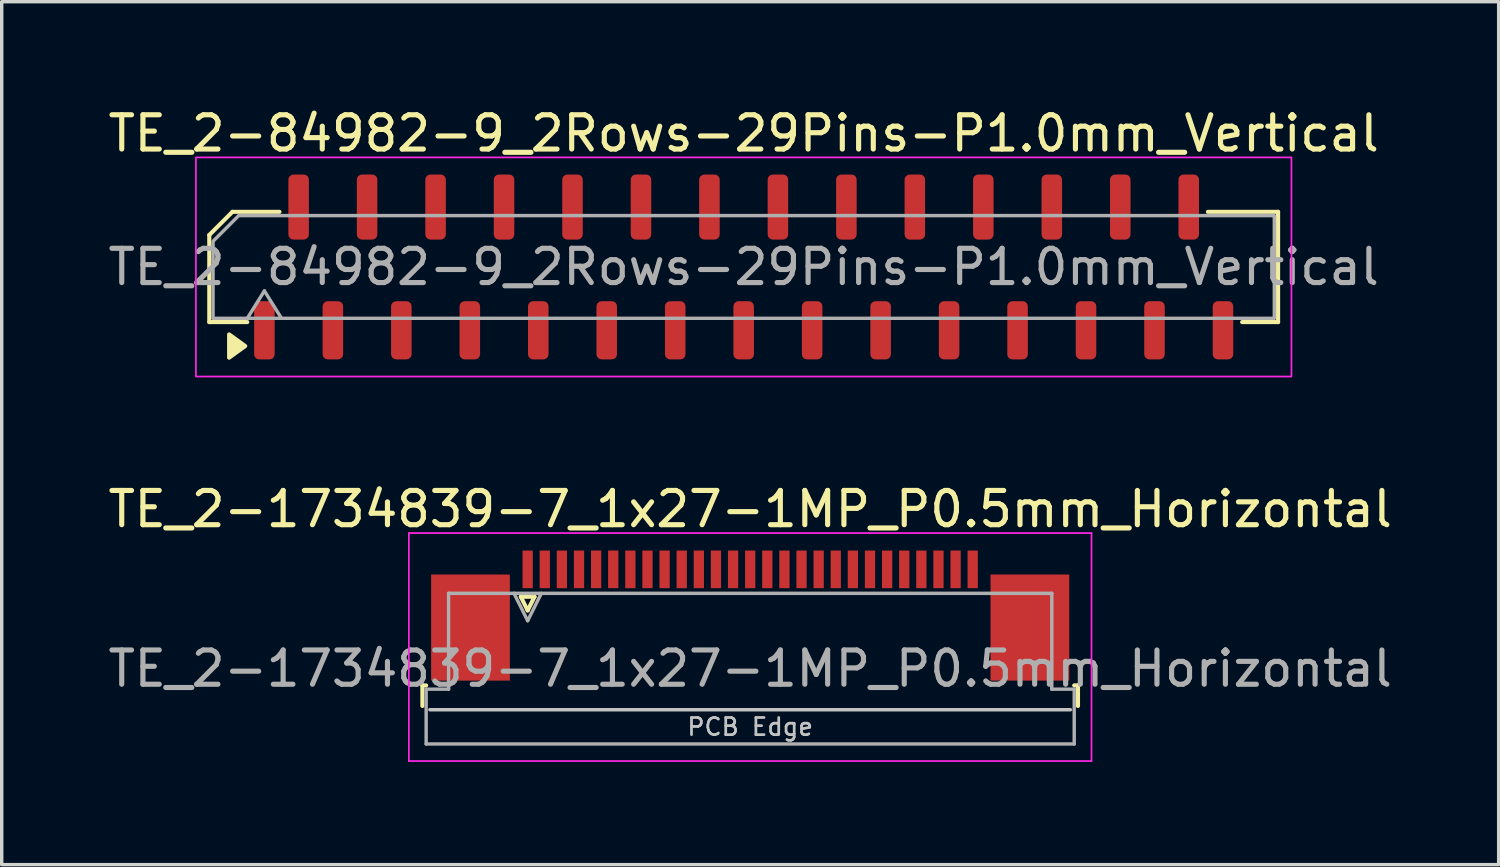
<source format=kicad_pcb>
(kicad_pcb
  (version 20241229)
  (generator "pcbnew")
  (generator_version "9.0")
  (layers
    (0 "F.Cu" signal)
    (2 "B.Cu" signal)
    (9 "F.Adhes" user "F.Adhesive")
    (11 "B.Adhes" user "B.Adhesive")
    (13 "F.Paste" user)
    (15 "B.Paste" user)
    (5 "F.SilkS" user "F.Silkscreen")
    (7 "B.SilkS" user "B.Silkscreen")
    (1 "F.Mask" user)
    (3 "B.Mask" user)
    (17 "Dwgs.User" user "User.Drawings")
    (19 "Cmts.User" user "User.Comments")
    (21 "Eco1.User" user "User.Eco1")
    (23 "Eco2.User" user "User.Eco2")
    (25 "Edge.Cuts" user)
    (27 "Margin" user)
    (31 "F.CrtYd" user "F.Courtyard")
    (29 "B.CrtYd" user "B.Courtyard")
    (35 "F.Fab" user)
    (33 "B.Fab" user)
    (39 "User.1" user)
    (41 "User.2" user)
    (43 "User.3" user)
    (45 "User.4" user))
  (footprint "TE_2-84982-9_2Rows-29Pins-P1.0mm_Vertical"
    (layer "F.Cu")
    (at 18.673 4.748)
    (property "Reference" "TE_2-84982-9_2Rows-29Pins-P1.0mm_Vertical" (at 0 -3.9 0) (layer "F.SilkS") (effects (font (size 1 1) (thickness 0.15))))
    (attr smd)
    (fp_line (start -15.61 -0.934) (end -15.61 1.61) (stroke (width 0.12) (type solid)) (layer "F.SilkS"))
    (fp_line (start -15.61 1.61) (end -14.5 1.61) (stroke (width 0.12) (type solid)) (layer "F.SilkS"))
    (fp_line (start -14.934 -1.61) (end -15.61 -0.934) (stroke (width 0.12) (type solid)) (layer "F.SilkS"))
    (fp_line (start -13.56 -1.61) (end -14.934 -1.61) (stroke (width 0.12) (type solid)) (layer "F.SilkS"))
    (fp_line (start 14.56 1.61) (end 15.61 1.61) (stroke (width 0.12) (type solid)) (layer "F.SilkS"))
    (fp_line (start 15.61 -1.61) (end 13.56 -1.61) (stroke (width 0.12) (type solid)) (layer "F.SilkS"))
    (fp_line (start 15.61 1.61) (end 15.61 -1.61) (stroke (width 0.12) (type solid)) (layer "F.SilkS"))
    (fp_poly (pts (xy -14.56 2.31) (xy -15.03 2.65) (xy -15.03 1.97)) (stroke (width 0.12) (type solid)) (fill yes) (layer "F.SilkS"))
    (fp_rect (start -16 -3.2) (end 16 3.2) (stroke (width 0.05) (type solid)) (fill no) (layer "F.CrtYd"))
    (fp_line (start -14.5 1.5) (end -14 0.7) (stroke (width 0.1) (type solid)) (layer "F.Fab"))
    (fp_line (start -14 0.7) (end -13.5 1.5) (stroke (width 0.1) (type solid)) (layer "F.Fab"))
    (fp_poly (pts (xy -15.5 -0.75) (xy -15.5 1.5) (xy 15.5 1.5) (xy 15.5 -1.5) (xy -14.75 -1.5)) (stroke (width 0.1) (type solid)) (fill no) (layer "F.Fab"))
    (fp_text user "${REFERENCE}" (at 0 0 0) (layer "F.Fab") (effects (font (size 1 1) (thickness 0.15))))
    (pad "1" smd roundrect (at -14 1.85) (size 0.6 1.7) (layers "F.Cu" "F.Mask" "F.Paste") (roundrect_rratio 0.25))
    (pad "2" smd roundrect (at -13 -1.75) (size 0.6 1.9) (layers "F.Cu" "F.Mask" "F.Paste") (roundrect_rratio 0.25))
    (pad "3" smd roundrect (at -12 1.85) (size 0.6 1.7) (layers "F.Cu" "F.Mask" "F.Paste") (roundrect_rratio 0.25))
    (pad "4" smd roundrect (at -11 -1.75) (size 0.6 1.9) (layers "F.Cu" "F.Mask" "F.Paste") (roundrect_rratio 0.25))
    (pad "5" smd roundrect (at -10 1.85) (size 0.6 1.7) (layers "F.Cu" "F.Mask" "F.Paste") (roundrect_rratio 0.25))
    (pad "6" smd roundrect (at -9 -1.75) (size 0.6 1.9) (layers "F.Cu" "F.Mask" "F.Paste") (roundrect_rratio 0.25))
    (pad "7" smd roundrect (at -8 1.85) (size 0.6 1.7) (layers "F.Cu" "F.Mask" "F.Paste") (roundrect_rratio 0.25))
    (pad "8" smd roundrect (at -7 -1.75) (size 0.6 1.9) (layers "F.Cu" "F.Mask" "F.Paste") (roundrect_rratio 0.25))
    (pad "9" smd roundrect (at -6 1.85) (size 0.6 1.7) (layers "F.Cu" "F.Mask" "F.Paste") (roundrect_rratio 0.25))
    (pad "10" smd roundrect (at -5 -1.75) (size 0.6 1.9) (layers "F.Cu" "F.Mask" "F.Paste") (roundrect_rratio 0.25))
    (pad "11" smd roundrect (at -4 1.85) (size 0.6 1.7) (layers "F.Cu" "F.Mask" "F.Paste") (roundrect_rratio 0.25))
    (pad "12" smd roundrect (at -3 -1.75) (size 0.6 1.9) (layers "F.Cu" "F.Mask" "F.Paste") (roundrect_rratio 0.25))
    (pad "13" smd roundrect (at -2 1.85) (size 0.6 1.7) (layers "F.Cu" "F.Mask" "F.Paste") (roundrect_rratio 0.25))
    (pad "14" smd roundrect (at -1 -1.75) (size 0.6 1.9) (layers "F.Cu" "F.Mask" "F.Paste") (roundrect_rratio 0.25))
    (pad "15" smd roundrect (at 0 1.85) (size 0.6 1.7) (layers "F.Cu" "F.Mask" "F.Paste") (roundrect_rratio 0.25))
    (pad "16" smd roundrect (at 1 -1.75) (size 0.6 1.9) (layers "F.Cu" "F.Mask" "F.Paste") (roundrect_rratio 0.25))
    (pad "17" smd roundrect (at 2 1.85) (size 0.6 1.7) (layers "F.Cu" "F.Mask" "F.Paste") (roundrect_rratio 0.25))
    (pad "18" smd roundrect (at 3 -1.75) (size 0.6 1.9) (layers "F.Cu" "F.Mask" "F.Paste") (roundrect_rratio 0.25))
    (pad "19" smd roundrect (at 4 1.85) (size 0.6 1.7) (layers "F.Cu" "F.Mask" "F.Paste") (roundrect_rratio 0.25))
    (pad "20" smd roundrect (at 5 -1.75) (size 0.6 1.9) (layers "F.Cu" "F.Mask" "F.Paste") (roundrect_rratio 0.25))
    (pad "21" smd roundrect (at 6 1.85) (size 0.6 1.7) (layers "F.Cu" "F.Mask" "F.Paste") (roundrect_rratio 0.25))
    (pad "22" smd roundrect (at 7 -1.75) (size 0.6 1.9) (layers "F.Cu" "F.Mask" "F.Paste") (roundrect_rratio 0.25))
    (pad "23" smd roundrect (at 8 1.85) (size 0.6 1.7) (layers "F.Cu" "F.Mask" "F.Paste") (roundrect_rratio 0.25))
    (pad "24" smd roundrect (at 9 -1.75) (size 0.6 1.9) (layers "F.Cu" "F.Mask" "F.Paste") (roundrect_rratio 0.25))
    (pad "25" smd roundrect (at 10 1.85) (size 0.6 1.7) (layers "F.Cu" "F.Mask" "F.Paste") (roundrect_rratio 0.25))
    (pad "26" smd roundrect (at 11 -1.75) (size 0.6 1.9) (layers "F.Cu" "F.Mask" "F.Paste") (roundrect_rratio 0.25))
    (pad "27" smd roundrect (at 12 1.85) (size 0.6 1.7) (layers "F.Cu" "F.Mask" "F.Paste") (roundrect_rratio 0.25))
    (pad "28" smd roundrect (at 13 -1.75) (size 0.6 1.9) (layers "F.Cu" "F.Mask" "F.Paste") (roundrect_rratio 0.25))
    (pad "29" smd roundrect (at 14 1.85) (size 0.6 1.7) (layers "F.Cu" "F.Mask" "F.Paste") (roundrect_rratio 0.25)))
  (footprint "TE_2-1734839-7_1x27-1MP_P0.5mm_Horizontal"
    (layer "F.Cu")
    (at 18.863 14.931)
    (property "Reference" "TE_2-1734839-7_1x27-1MP_P0.5mm_Horizontal" (at 0 -3.11 0) (layer "F.SilkS") (effects (font (size 1 1) (thickness 0.15))))
    (attr smd)
    (fp_line (start -9.575 2.04) (end -9.575 2.64) (stroke (width 0.12) (type solid)) (layer "F.SilkS"))
    (fp_line (start -9.465 2.04) (end -9.575 2.04) (stroke (width 0.12) (type solid)) (layer "F.SilkS"))
    (fp_line (start -6.7 -0.55) (end -6.5 -0.15) (stroke (width 0.12) (type solid)) (layer "F.SilkS"))
    (fp_line (start -6.5 -0.15) (end -6.3 -0.55) (stroke (width 0.12) (type solid)) (layer "F.SilkS"))
    (fp_line (start -6.3 -0.55) (end -6.7 -0.55) (stroke (width 0.12) (type solid)) (layer "F.SilkS"))
    (fp_line (start 9.465 2.04) (end 9.575 2.04) (stroke (width 0.12) (type solid)) (layer "F.SilkS"))
    (fp_line (start 9.575 2.04) (end 9.575 2.64) (stroke (width 0.12) (type solid)) (layer "F.SilkS"))
    (fp_line (start 9.355 2.75) (end -9.355 2.75) (stroke (width 0.1) (type solid)) (layer "Dwgs.User"))
    (fp_line (start -9.97 -2.41) (end -9.97 4.25) (stroke (width 0.05) (type solid)) (layer "F.CrtYd"))
    (fp_line (start -9.97 4.25) (end 9.97 4.25) (stroke (width 0.05) (type solid)) (layer "F.CrtYd"))
    (fp_line (start 9.97 -2.41) (end -9.97 -2.41) (stroke (width 0.05) (type solid)) (layer "F.CrtYd"))
    (fp_line (start 9.97 4.25) (end 9.97 -2.41) (stroke (width 0.05) (type solid)) (layer "F.CrtYd"))
    (fp_line (start -9.465 2.15) (end -8.81 2.15) (stroke (width 0.1) (type solid)) (layer "F.Fab"))
    (fp_line (start -9.465 3.75) (end -9.465 2.15) (stroke (width 0.1) (type solid)) (layer "F.Fab"))
    (fp_line (start -8.81 -0.65) (end 8.81 -0.65) (stroke (width 0.1) (type solid)) (layer "F.Fab"))
    (fp_line (start -8.81 2.15) (end -8.81 -0.65) (stroke (width 0.1) (type solid)) (layer "F.Fab"))
    (fp_line (start -6.9 -0.65) (end -6.5 0.15) (stroke (width 0.1) (type solid)) (layer "F.Fab"))
    (fp_line (start -6.5 0.15) (end -6.1 -0.65) (stroke (width 0.1) (type solid)) (layer "F.Fab"))
    (fp_line (start 8.81 -0.65) (end 8.81 2.15) (stroke (width 0.1) (type solid)) (layer "F.Fab"))
    (fp_line (start 8.81 2.15) (end 9.465 2.15) (stroke (width 0.1) (type solid)) (layer "F.Fab"))
    (fp_line (start 9.465 2.15) (end 9.465 3.75) (stroke (width 0.1) (type solid)) (layer "F.Fab"))
    (fp_line (start 9.465 3.75) (end -9.465 3.75) (stroke (width 0.1) (type solid)) (layer "F.Fab"))
    (fp_text user "PCB Edge" (at 0 3.25 0) (layer "Dwgs.User") (effects (font (size 0.5 0.5) (thickness 0.08))))
    (fp_text user "${REFERENCE}" (at 0 1.55 0) (layer "F.Fab") (effects (font (size 1 1) (thickness 0.15))))
    (pad "1" smd rect (at -6.5 -1.35) (size 0.3 1.1) (layers "F.Cu" "F.Mask" "F.Paste"))
    (pad "2" smd rect (at -6 -1.35) (size 0.3 1.1) (layers "F.Cu" "F.Mask" "F.Paste"))
    (pad "3" smd rect (at -5.5 -1.35) (size 0.3 1.1) (layers "F.Cu" "F.Mask" "F.Paste"))
    (pad "4" smd rect (at -5 -1.35) (size 0.3 1.1) (layers "F.Cu" "F.Mask" "F.Paste"))
    (pad "5" smd rect (at -4.5 -1.35) (size 0.3 1.1) (layers "F.Cu" "F.Mask" "F.Paste"))
    (pad "6" smd rect (at -4 -1.35) (size 0.3 1.1) (layers "F.Cu" "F.Mask" "F.Paste"))
    (pad "7" smd rect (at -3.5 -1.35) (size 0.3 1.1) (layers "F.Cu" "F.Mask" "F.Paste"))
    (pad "8" smd rect (at -3 -1.35) (size 0.3 1.1) (layers "F.Cu" "F.Mask" "F.Paste"))
    (pad "9" smd rect (at -2.5 -1.35) (size 0.3 1.1) (layers "F.Cu" "F.Mask" "F.Paste"))
    (pad "10" smd rect (at -2 -1.35) (size 0.3 1.1) (layers "F.Cu" "F.Mask" "F.Paste"))
    (pad "11" smd rect (at -1.5 -1.35) (size 0.3 1.1) (layers "F.Cu" "F.Mask" "F.Paste"))
    (pad "12" smd rect (at -1 -1.35) (size 0.3 1.1) (layers "F.Cu" "F.Mask" "F.Paste"))
    (pad "13" smd rect (at -0.5 -1.35) (size 0.3 1.1) (layers "F.Cu" "F.Mask" "F.Paste"))
    (pad "14" smd rect (at 0 -1.35) (size 0.3 1.1) (layers "F.Cu" "F.Mask" "F.Paste"))
    (pad "15" smd rect (at 0.5 -1.35) (size 0.3 1.1) (layers "F.Cu" "F.Mask" "F.Paste"))
    (pad "16" smd rect (at 1 -1.35) (size 0.3 1.1) (layers "F.Cu" "F.Mask" "F.Paste"))
    (pad "17" smd rect (at 1.5 -1.35) (size 0.3 1.1) (layers "F.Cu" "F.Mask" "F.Paste"))
    (pad "18" smd rect (at 2 -1.35) (size 0.3 1.1) (layers "F.Cu" "F.Mask" "F.Paste"))
    (pad "19" smd rect (at 2.5 -1.35) (size 0.3 1.1) (layers "F.Cu" "F.Mask" "F.Paste"))
    (pad "20" smd rect (at 3 -1.35) (size 0.3 1.1) (layers "F.Cu" "F.Mask" "F.Paste"))
    (pad "21" smd rect (at 3.5 -1.35) (size 0.3 1.1) (layers "F.Cu" "F.Mask" "F.Paste"))
    (pad "22" smd rect (at 4 -1.35) (size 0.3 1.1) (layers "F.Cu" "F.Mask" "F.Paste"))
    (pad "23" smd rect (at 4.5 -1.35) (size 0.3 1.1) (layers "F.Cu" "F.Mask" "F.Paste"))
    (pad "24" smd rect (at 5 -1.35) (size 0.3 1.1) (layers "F.Cu" "F.Mask" "F.Paste"))
    (pad "25" smd rect (at 5.5 -1.35) (size 0.3 1.1) (layers "F.Cu" "F.Mask" "F.Paste"))
    (pad "26" smd rect (at 6 -1.35) (size 0.3 1.1) (layers "F.Cu" "F.Mask" "F.Paste"))
    (pad "27" smd rect (at 6.5 -1.35) (size 0.3 1.1) (layers "F.Cu" "F.Mask" "F.Paste"))
    (pad "MP" smd rect (at -8.17 0.35) (size 2.3 3.1) (layers "F.Cu" "F.Mask" "F.Paste"))
    (pad "MP" smd rect (at 8.17 0.35) (size 2.3 3.1) (layers "F.Cu" "F.Mask" "F.Paste")))
  (gr_rect
    (start -3 -3)
    (end 40.726 22.206)
    (stroke (width 0.1) (type default))
    (fill no)
    (layer "Edge.Cuts")))
</source>
